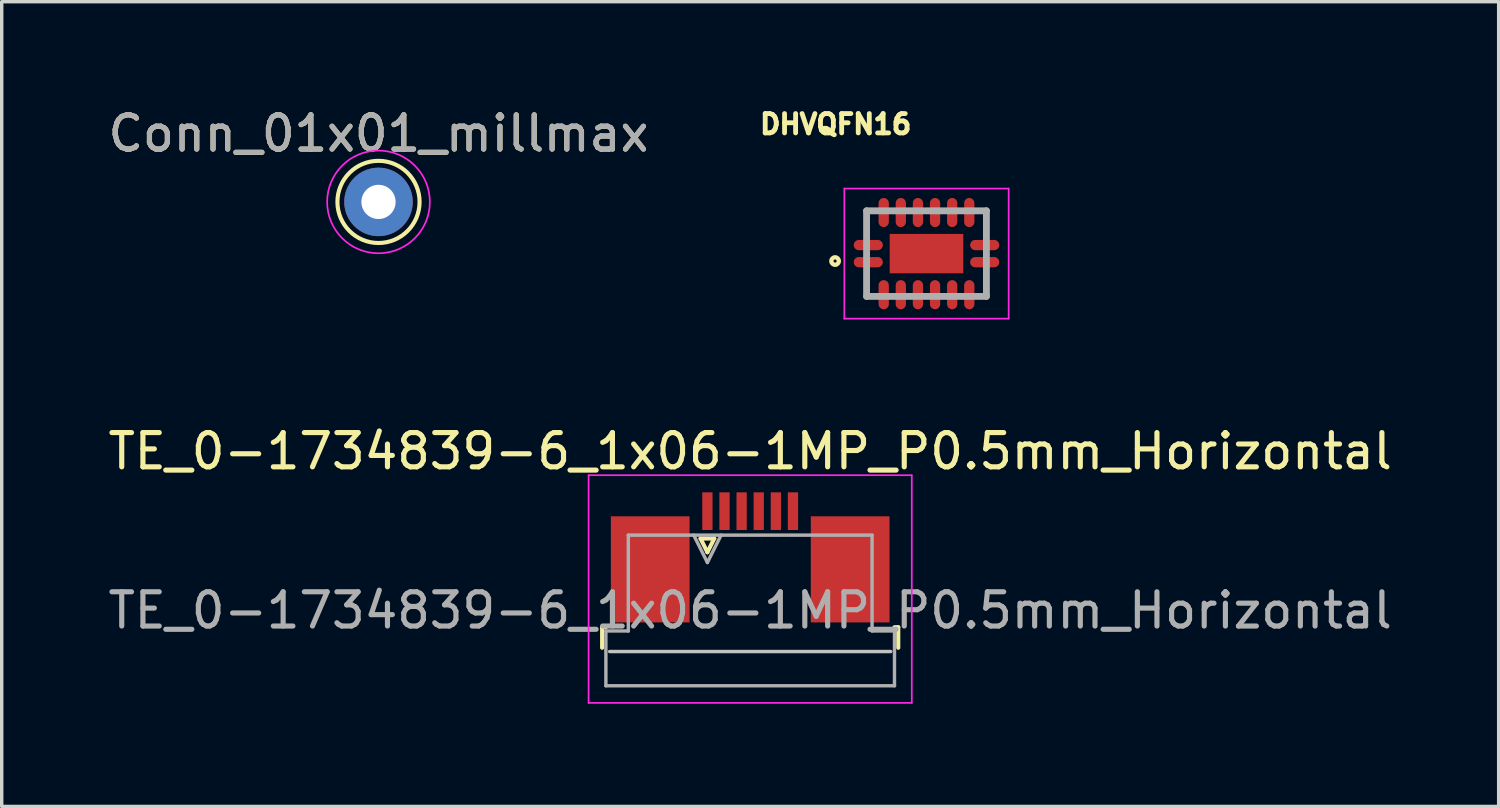
<source format=kicad_pcb>
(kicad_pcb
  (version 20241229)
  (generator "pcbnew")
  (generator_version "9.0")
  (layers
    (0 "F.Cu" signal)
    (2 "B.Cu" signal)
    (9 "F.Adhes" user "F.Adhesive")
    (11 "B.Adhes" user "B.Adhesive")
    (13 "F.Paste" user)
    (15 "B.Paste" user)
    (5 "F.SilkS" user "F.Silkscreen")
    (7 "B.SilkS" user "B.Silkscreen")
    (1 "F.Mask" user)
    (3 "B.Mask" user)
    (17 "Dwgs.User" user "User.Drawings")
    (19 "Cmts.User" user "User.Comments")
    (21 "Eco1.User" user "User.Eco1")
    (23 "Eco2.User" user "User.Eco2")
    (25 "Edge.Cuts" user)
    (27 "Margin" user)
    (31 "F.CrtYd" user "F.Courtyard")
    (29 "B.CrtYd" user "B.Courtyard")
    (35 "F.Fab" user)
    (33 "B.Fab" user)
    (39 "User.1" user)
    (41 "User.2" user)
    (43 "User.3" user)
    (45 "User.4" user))
  (footprint "Conn_01x01_millmax"
    (layer "F.Cu")
    (at 8.006 2.848)
    (property "Reference" "Conn_01x01_millmax" (at 0 -1.998 0) (layer "F.SilkS") (effects (font (size 1 1) (thickness 0.15))))
    (attr exclude_from_pos_files exclude_from_bom)
    (fp_circle (center 0 0) (end 0 1.2) (stroke (width 0.12) (type solid)) (fill no) (layer "F.SilkS"))
    (fp_circle (center 0 0) (end 1.5 0) (stroke (width 0.05) (type solid)) (fill no) (layer "F.CrtYd"))
    (fp_text user "${REFERENCE}" (at 0 -2 0) (layer "F.Fab") (effects (font (size 1 1) (thickness 0.15))))
    (pad "1" thru_hole circle (at 0 0) (size 2 2) (drill 1) (layers "*.Cu" "*.Mask")))
  (footprint "TE_0-1734839-6_1x06-1MP_P0.5mm_Horizontal"
    (layer "F.Cu")
    (at 18.863 13.231)
    (property "Reference" "TE_0-1734839-6_1x06-1MP_P0.5mm_Horizontal" (at 0 -3.1 0) (layer "F.SilkS") (effects (font (size 1 1) (thickness 0.15))))
    (attr smd)
    (fp_line (start -4.325 2.04) (end -4.325 2.64) (stroke (width 0.12) (type solid)) (layer "F.SilkS"))
    (fp_line (start -4.215 2.04) (end -4.325 2.04) (stroke (width 0.12) (type solid)) (layer "F.SilkS"))
    (fp_line (start -1.45 -0.55) (end -1.25 -0.15) (stroke (width 0.12) (type solid)) (layer "F.SilkS"))
    (fp_line (start -1.25 -0.15) (end -1.05 -0.55) (stroke (width 0.12) (type solid)) (layer "F.SilkS"))
    (fp_line (start -1.05 -0.55) (end -1.45 -0.55) (stroke (width 0.12) (type solid)) (layer "F.SilkS"))
    (fp_line (start 4.215 2.04) (end 4.325 2.04) (stroke (width 0.12) (type solid)) (layer "F.SilkS"))
    (fp_line (start 4.325 2.04) (end 4.325 2.64) (stroke (width 0.12) (type solid)) (layer "F.SilkS"))
    (fp_line (start 4.105 2.75) (end -4.105 2.75) (stroke (width 0.1) (type solid)) (layer "Dwgs.User"))
    (fp_line (start -4.72 -2.4) (end -4.72 4.25) (stroke (width 0.05) (type solid)) (layer "F.CrtYd"))
    (fp_line (start -4.72 4.25) (end 4.72 4.25) (stroke (width 0.05) (type solid)) (layer "F.CrtYd"))
    (fp_line (start 4.72 -2.4) (end -4.72 -2.4) (stroke (width 0.05) (type solid)) (layer "F.CrtYd"))
    (fp_line (start 4.72 4.25) (end 4.72 -2.4) (stroke (width 0.05) (type solid)) (layer "F.CrtYd"))
    (fp_line (start -4.215 2.15) (end -3.56 2.15) (stroke (width 0.1) (type solid)) (layer "F.Fab"))
    (fp_line (start -4.215 3.75) (end -4.215 2.15) (stroke (width 0.1) (type solid)) (layer "F.Fab"))
    (fp_line (start -3.56 -0.65) (end 3.56 -0.65) (stroke (width 0.1) (type solid)) (layer "F.Fab"))
    (fp_line (start -3.56 2.15) (end -3.56 -0.65) (stroke (width 0.1) (type solid)) (layer "F.Fab"))
    (fp_line (start -1.65 -0.65) (end -1.25 0.15) (stroke (width 0.1) (type solid)) (layer "F.Fab"))
    (fp_line (start -1.25 0.15) (end -0.85 -0.65) (stroke (width 0.1) (type solid)) (layer "F.Fab"))
    (fp_line (start 3.56 -0.65) (end 3.56 2.15) (stroke (width 0.1) (type solid)) (layer "F.Fab"))
    (fp_line (start 3.56 2.15) (end 4.215 2.15) (stroke (width 0.1) (type solid)) (layer "F.Fab"))
    (fp_line (start 4.215 2.15) (end 4.215 3.75) (stroke (width 0.1) (type solid)) (layer "F.Fab"))
    (fp_line (start 4.215 3.75) (end -4.215 3.75) (stroke (width 0.1) (type solid)) (layer "F.Fab"))
    (fp_text user "${REFERENCE}" (at 0 1.55 0) (layer "F.Fab") (effects (font (size 1 1) (thickness 0.15))))
    (pad "1" smd rect (at -1.25 -1.35) (size 0.3 1.1) (layers "F.Cu" "F.Mask" "F.Paste"))
    (pad "2" smd rect (at -0.75 -1.35) (size 0.3 1.1) (layers "F.Cu" "F.Mask" "F.Paste"))
    (pad "3" smd rect (at -0.25 -1.35) (size 0.3 1.1) (layers "F.Cu" "F.Mask" "F.Paste"))
    (pad "4" smd rect (at 0.25 -1.35) (size 0.3 1.1) (layers "F.Cu" "F.Mask" "F.Paste"))
    (pad "5" smd rect (at 0.75 -1.35) (size 0.3 1.1) (layers "F.Cu" "F.Mask" "F.Paste"))
    (pad "6" smd rect (at 1.25 -1.35) (size 0.3 1.1) (layers "F.Cu" "F.Mask" "F.Paste"))
    (pad "MP" smd rect (at -2.92 0.35) (size 2.3 3.1) (layers "F.Cu" "F.Mask" "F.Paste"))
    (pad "MP" smd rect (at 2.92 0.35) (size 2.3 3.1) (layers "F.Cu" "F.Mask" "F.Paste")))
  (footprint "DHVQFN16"
    (layer "F.Cu")
    (at 24.013 4.358)
    (property "Reference" "DHVQFN16" (at -2.653 -3.78 0) (layer "F.SilkS") (effects (font (size 0.565 0.565) (thickness 0.15))))
    (attr smd)
    (fp_circle (center -2.67 0.217) (end -2.561 0.217) (stroke (width 0.127) (type solid)) (fill no) (layer "F.SilkS"))
    (fp_poly (pts (xy -1.376 -0.305) (xy 0.805 -0.305) (xy 0.805 0.521) (xy -1.376 0.521)) (stroke (width 0.01) (type solid)) (fill yes) (layer "F.Paste"))
    (fp_line (start -2.4 -1.9) (end 2.4 -1.9) (stroke (width 0.05) (type solid)) (layer "F.CrtYd"))
    (fp_line (start -2.4 1.9) (end -2.4 -1.9) (stroke (width 0.05) (type solid)) (layer "F.CrtYd"))
    (fp_line (start 2.4 -1.9) (end 2.4 1.9) (stroke (width 0.05) (type solid)) (layer "F.CrtYd"))
    (fp_line (start 2.4 1.9) (end -2.4 1.9) (stroke (width 0.05) (type solid)) (layer "F.CrtYd"))
    (fp_line (start -1.75 -1.25) (end -1.75 1.25) (stroke (width 0.2) (type solid)) (layer "F.Fab"))
    (fp_line (start 1.75 -1.25) (end -1.75 -1.25) (stroke (width 0.2) (type solid)) (layer "F.Fab"))
    (fp_line (start 1.75 -1.25) (end 1.75 1.25) (stroke (width 0.2) (type solid)) (layer "F.Fab"))
    (fp_line (start 1.75 1.25) (end -1.75 1.25) (stroke (width 0.2) (type solid)) (layer "F.Fab"))
    (pad "1" smd oval (at -1.7 0.25) (size 0.85 0.3) (layers "F.Cu" "F.Mask" "F.Paste"))
    (pad "2" smd oval (at -1.25 1.2) (size 0.3 0.85) (layers "F.Cu" "F.Mask" "F.Paste"))
    (pad "3" smd oval (at -0.75 1.2) (size 0.3 0.85) (layers "F.Cu" "F.Mask" "F.Paste"))
    (pad "4" smd oval (at -0.25 1.2) (size 0.3 0.85) (layers "F.Cu" "F.Mask" "F.Paste"))
    (pad "5" smd oval (at 0.25 1.2) (size 0.3 0.85) (layers "F.Cu" "F.Mask" "F.Paste"))
    (pad "6" smd oval (at 0.75 1.2) (size 0.3 0.85) (layers "F.Cu" "F.Mask" "F.Paste"))
    (pad "7" smd oval (at 1.25 1.2) (size 0.3 0.85) (layers "F.Cu" "F.Mask" "F.Paste"))
    (pad "8" smd oval (at 1.7 0.25) (size 0.85 0.3) (layers "F.Cu" "F.Mask" "F.Paste"))
    (pad "9" smd oval (at 1.7 -0.25) (size 0.85 0.3) (layers "F.Cu" "F.Mask" "F.Paste"))
    (pad "10" smd oval (at 1.25 -1.2) (size 0.3 0.85) (layers "F.Cu" "F.Mask" "F.Paste"))
    (pad "11" smd oval (at 0.75 -1.2) (size 0.3 0.85) (layers "F.Cu" "F.Mask" "F.Paste"))
    (pad "12" smd oval (at 0.25 -1.2) (size 0.3 0.85) (layers "F.Cu" "F.Mask" "F.Paste"))
    (pad "13" smd oval (at -0.25 -1.2) (size 0.3 0.85) (layers "F.Cu" "F.Mask" "F.Paste"))
    (pad "14" smd oval (at -0.75 -1.2) (size 0.3 0.85) (layers "F.Cu" "F.Mask" "F.Paste"))
    (pad "15" smd oval (at -1.25 -1.2) (size 0.3 0.85) (layers "F.Cu" "F.Mask" "F.Paste"))
    (pad "16" smd oval (at -1.7 -0.25) (size 0.85 0.3) (layers "F.Cu" "F.Mask" "F.Paste"))
    (pad "17" smd rect (at 0 0) (size 2.15 1.15) (layers "F.Cu" "F.Mask")))
  (gr_rect
    (start -3 -3)
    (end 40.726 20.506)
    (stroke (width 0.1) (type default))
    (fill no)
    (layer "Edge.Cuts")))
</source>
